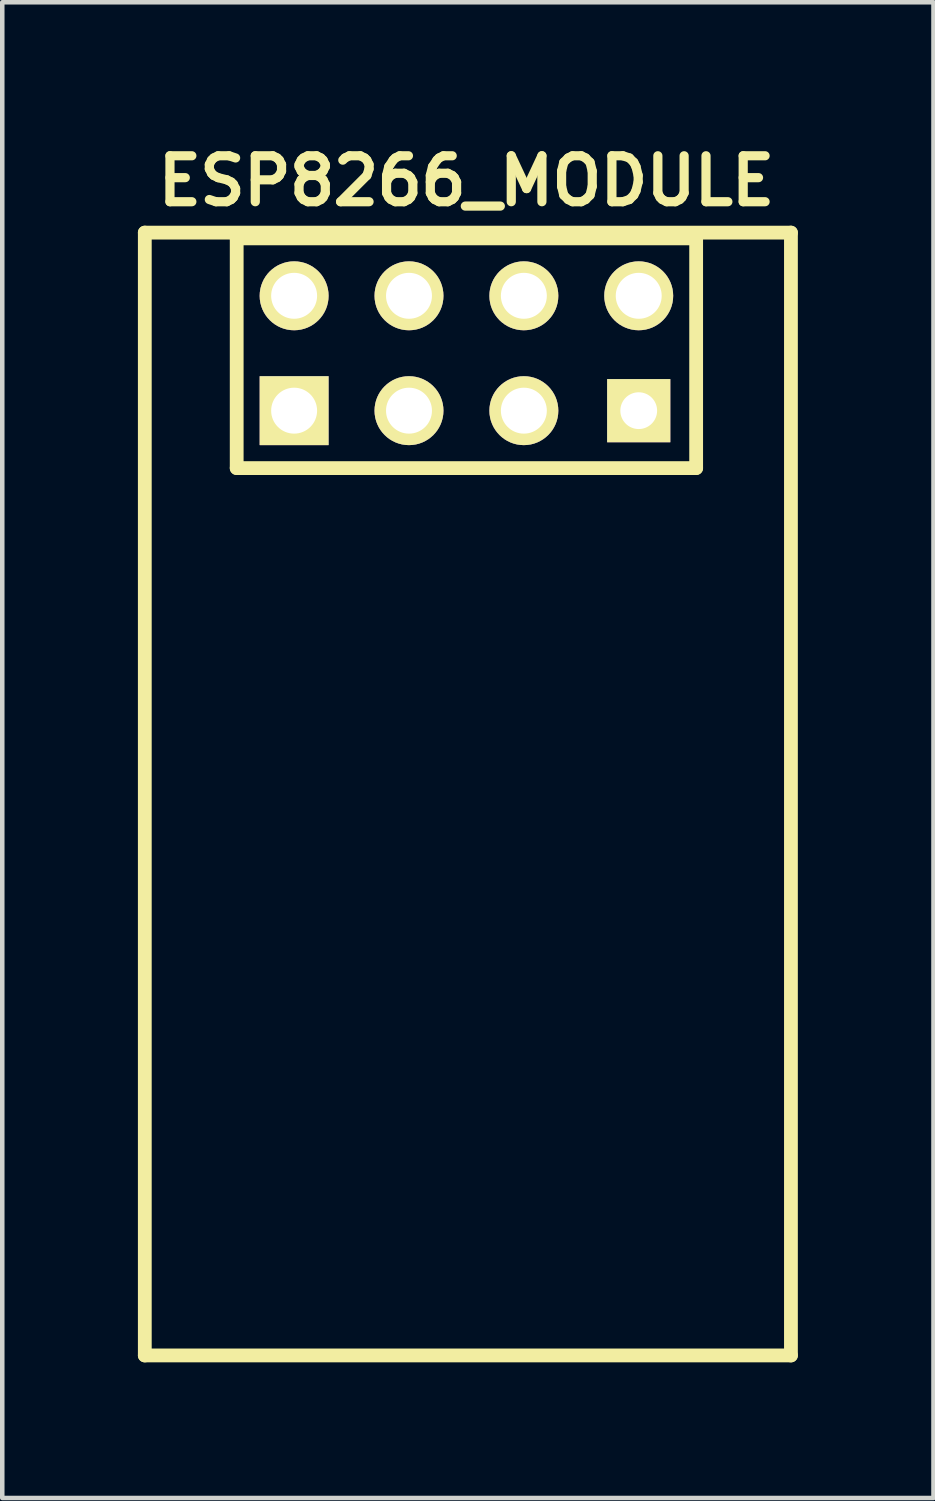
<source format=kicad_pcb>
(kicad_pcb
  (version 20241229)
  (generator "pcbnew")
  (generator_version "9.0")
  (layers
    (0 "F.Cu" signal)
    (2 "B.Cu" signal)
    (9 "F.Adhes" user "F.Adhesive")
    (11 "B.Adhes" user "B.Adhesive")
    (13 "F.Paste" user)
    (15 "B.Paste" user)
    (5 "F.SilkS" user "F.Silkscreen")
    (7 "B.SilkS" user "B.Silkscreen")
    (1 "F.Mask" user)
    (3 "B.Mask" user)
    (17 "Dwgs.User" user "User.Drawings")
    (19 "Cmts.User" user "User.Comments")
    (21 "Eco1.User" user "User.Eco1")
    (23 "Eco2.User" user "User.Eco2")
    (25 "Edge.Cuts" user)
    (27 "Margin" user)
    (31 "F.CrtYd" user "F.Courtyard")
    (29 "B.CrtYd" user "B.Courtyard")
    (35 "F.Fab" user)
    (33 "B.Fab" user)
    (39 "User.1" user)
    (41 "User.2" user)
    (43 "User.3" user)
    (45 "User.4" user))
  (footprint "ESP8266_MODULE"
    (layer "F.Cu")
    (at 7.264 4.761)
    (property "Reference" "ESP8266_MODULE" (at 0 -3.81 0) (layer "F.SilkS") (effects (font (size 1.016 1.016) (thickness 0.203))))
    (attr through_hole)
    (fp_line (start -7.112 -2.667) (end -7.112 22.162) (stroke (width 0.305) (type solid)) (layer "F.SilkS"))
    (fp_line (start -7.112 -2.667) (end 7.176 -2.667) (stroke (width 0.305) (type solid)) (layer "F.SilkS"))
    (fp_line (start -7.112 22.162) (end 7.176 22.162) (stroke (width 0.305) (type solid)) (layer "F.SilkS"))
    (fp_line (start -5.08 -2.54) (end 5.08 -2.54) (stroke (width 0.305) (type solid)) (layer "F.SilkS"))
    (fp_line (start -5.08 2.54) (end -5.08 -2.54) (stroke (width 0.305) (type solid)) (layer "F.SilkS"))
    (fp_line (start 5.08 -2.54) (end 5.08 2.54) (stroke (width 0.305) (type solid)) (layer "F.SilkS"))
    (fp_line (start 5.08 2.54) (end -5.08 2.54) (stroke (width 0.305) (type solid)) (layer "F.SilkS"))
    (fp_line (start 7.176 22.162) (end 7.176 -2.667) (stroke (width 0.305) (type solid)) (layer "F.SilkS"))
    (pad "1" thru_hole rect (at -3.81 1.27) (size 1.524 1.524) (drill 1.016) (layers "*.Cu" "*.Mask" "F.SilkS"))
    (pad "2" thru_hole circle (at -3.81 -1.27) (size 1.524 1.524) (drill 1.016) (layers "*.Cu" "*.Mask" "F.SilkS"))
    (pad "3" thru_hole circle (at -1.27 1.27) (size 1.524 1.524) (drill 1.016) (layers "*.Cu" "*.Mask" "F.SilkS"))
    (pad "4" thru_hole circle (at -1.27 -1.27) (size 1.524 1.524) (drill 1.016) (layers "*.Cu" "*.Mask" "F.SilkS"))
    (pad "5" thru_hole circle (at 1.27 1.27) (size 1.524 1.524) (drill 1.016) (layers "*.Cu" "*.Mask" "F.SilkS"))
    (pad "6" thru_hole circle (at 1.27 -1.27) (size 1.524 1.524) (drill 1.016) (layers "*.Cu" "*.Mask" "F.SilkS"))
    (pad "7" thru_hole rect (at 3.81 1.27) (size 1.397 1.397) (drill 0.813) (layers "*.Cu" "*.Mask" "F.SilkS"))
    (pad "8" thru_hole circle (at 3.81 -1.27) (size 1.524 1.524) (drill 1.016) (layers "*.Cu" "*.Mask" "F.SilkS")))
  (gr_rect
    (start -3 -3)
    (end 17.592 30.075)
    (stroke (width 0.1) (type default))
    (fill no)
    (layer "Edge.Cuts")))
</source>
